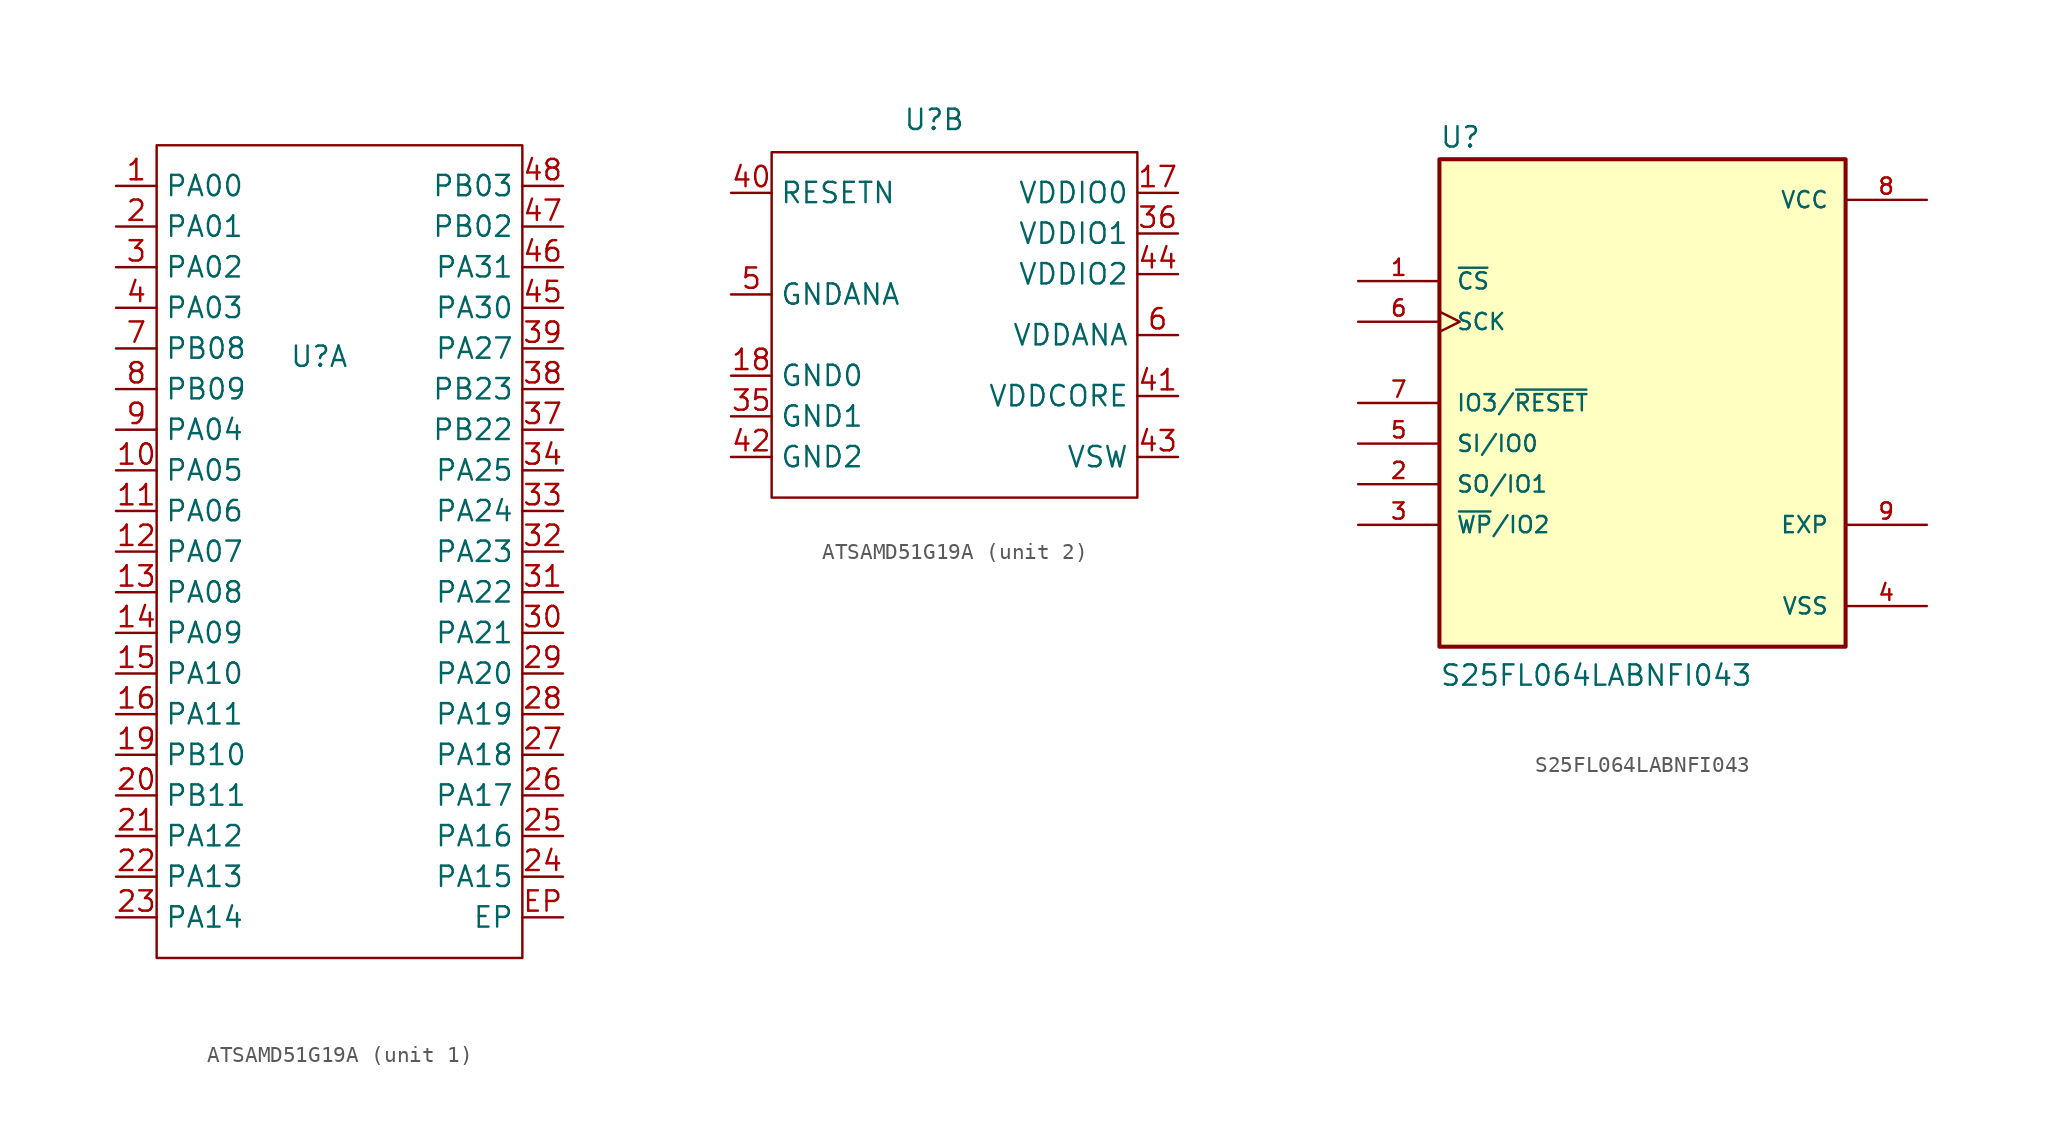
<source format=kicad_sym>
(kicad_symbol_lib
  (version 20231120)
  (generator "kicad_symbol_editor")
  (generator_version "8.0")
  (symbol "ATSAMD51G19A"
    (property "Reference" "U"
      (at -1.27 12.192 0)
      (effects (font (size 1.27 1.27))))
    (property "Value" ""
      (at 0 -3.81 0)
      (effects (font (size 1.27 1.27))))
    (property "ki_locked" ""
      (at 0 0 0)
      (effects (font (size 1.27 1.27))))
    (symbol "ATSAMD51G19A_1_1"
      (rectangle (start -11.43 25.4) (end 11.43 -25.4) (stroke (width 0) (type default)) (fill (type none)))
      (pin bidirectional line (at -13.97 22.86 0) (length 2.54) (name "PA00" (effects (font (size 1.27 1.27)))) (number "1" (effects (font (size 1.27 1.27)))))
      (pin bidirectional line (at -13.97 5.08 0) (length 2.54) (name "PA05" (effects (font (size 1.27 1.27)))) (number "10" (effects (font (size 1.27 1.27)))))
      (pin bidirectional line (at -13.97 2.54 0) (length 2.54) (name "PA06" (effects (font (size 1.27 1.27)))) (number "11" (effects (font (size 1.27 1.27)))))
      (pin bidirectional line (at -13.97 0 0) (length 2.54) (name "PA07" (effects (font (size 1.27 1.27)))) (number "12" (effects (font (size 1.27 1.27)))))
      (pin bidirectional line (at -13.97 -2.54 0) (length 2.54) (name "PA08" (effects (font (size 1.27 1.27)))) (number "13" (effects (font (size 1.27 1.27)))))
      (pin bidirectional line (at -13.97 -5.08 0) (length 2.54) (name "PA09" (effects (font (size 1.27 1.27)))) (number "14" (effects (font (size 1.27 1.27)))))
      (pin bidirectional line (at -13.97 -7.62 0) (length 2.54) (name "PA10" (effects (font (size 1.27 1.27)))) (number "15" (effects (font (size 1.27 1.27)))))
      (pin bidirectional line (at -13.97 -10.16 0) (length 2.54) (name "PA11" (effects (font (size 1.27 1.27)))) (number "16" (effects (font (size 1.27 1.27)))))
      (pin bidirectional line (at -13.97 -12.7 0) (length 2.54) (name "PB10" (effects (font (size 1.27 1.27)))) (number "19" (effects (font (size 1.27 1.27)))))
      (pin bidirectional line (at -13.97 20.32 0) (length 2.54) (name "PA01" (effects (font (size 1.27 1.27)))) (number "2" (effects (font (size 1.27 1.27)))))
      (pin bidirectional line (at -13.97 -15.24 0) (length 2.54) (name "PB11" (effects (font (size 1.27 1.27)))) (number "20" (effects (font (size 1.27 1.27)))))
      (pin bidirectional line (at -13.97 -17.78 0) (length 2.54) (name "PA12" (effects (font (size 1.27 1.27)))) (number "21" (effects (font (size 1.27 1.27)))))
      (pin bidirectional line (at -13.97 -20.32 0) (length 2.54) (name "PA13" (effects (font (size 1.27 1.27)))) (number "22" (effects (font (size 1.27 1.27)))))
      (pin bidirectional line (at -13.97 -22.86 0) (length 2.54) (name "PA14" (effects (font (size 1.27 1.27)))) (number "23" (effects (font (size 1.27 1.27)))))
      (pin bidirectional line (at 13.97 -20.32 180) (length 2.54) (name "PA15" (effects (font (size 1.27 1.27)))) (number "24" (effects (font (size 1.27 1.27)))))
      (pin bidirectional line (at 13.97 -17.78 180) (length 2.54) (name "PA16" (effects (font (size 1.27 1.27)))) (number "25" (effects (font (size 1.27 1.27)))))
      (pin bidirectional line (at 13.97 -15.24 180) (length 2.54) (name "PA17" (effects (font (size 1.27 1.27)))) (number "26" (effects (font (size 1.27 1.27)))))
      (pin bidirectional line (at 13.97 -12.7 180) (length 2.54) (name "PA18" (effects (font (size 1.27 1.27)))) (number "27" (effects (font (size 1.27 1.27)))))
      (pin bidirectional line (at 13.97 -10.16 180) (length 2.54) (name "PA19" (effects (font (size 1.27 1.27)))) (number "28" (effects (font (size 1.27 1.27)))))
      (pin bidirectional line (at 13.97 -7.62 180) (length 2.54) (name "PA20" (effects (font (size 1.27 1.27)))) (number "29" (effects (font (size 1.27 1.27)))))
      (pin bidirectional line (at -13.97 17.78 0) (length 2.54) (name "PA02" (effects (font (size 1.27 1.27)))) (number "3" (effects (font (size 1.27 1.27)))))
      (pin bidirectional line (at 13.97 -5.08 180) (length 2.54) (name "PA21" (effects (font (size 1.27 1.27)))) (number "30" (effects (font (size 1.27 1.27)))))
      (pin bidirectional line (at 13.97 -2.54 180) (length 2.54) (name "PA22" (effects (font (size 1.27 1.27)))) (number "31" (effects (font (size 1.27 1.27)))))
      (pin bidirectional line (at 13.97 0 180) (length 2.54) (name "PA23" (effects (font (size 1.27 1.27)))) (number "32" (effects (font (size 1.27 1.27)))))
      (pin bidirectional line (at 13.97 2.54 180) (length 2.54) (name "PA24" (effects (font (size 1.27 1.27)))) (number "33" (effects (font (size 1.27 1.27)))))
      (pin bidirectional line (at 13.97 5.08 180) (length 2.54) (name "PA25" (effects (font (size 1.27 1.27)))) (number "34" (effects (font (size 1.27 1.27)))))
      (pin bidirectional line (at 13.97 7.62 180) (length 2.54) (name "PB22" (effects (font (size 1.27 1.27)))) (number "37" (effects (font (size 1.27 1.27)))))
      (pin bidirectional line (at 13.97 10.16 180) (length 2.54) (name "PB23" (effects (font (size 1.27 1.27)))) (number "38" (effects (font (size 1.27 1.27)))))
      (pin bidirectional line (at 13.97 12.7 180) (length 2.54) (name "PA27" (effects (font (size 1.27 1.27)))) (number "39" (effects (font (size 1.27 1.27)))))
      (pin bidirectional line (at -13.97 15.24 0) (length 2.54) (name "PA03" (effects (font (size 1.27 1.27)))) (number "4" (effects (font (size 1.27 1.27)))))
      (pin bidirectional line (at 13.97 15.24 180) (length 2.54) (name "PA30" (effects (font (size 1.27 1.27)))) (number "45" (effects (font (size 1.27 1.27)))))
      (pin bidirectional line (at 13.97 17.78 180) (length 2.54) (name "PA31" (effects (font (size 1.27 1.27)))) (number "46" (effects (font (size 1.27 1.27)))))
      (pin bidirectional line (at 13.97 20.32 180) (length 2.54) (name "PB02" (effects (font (size 1.27 1.27)))) (number "47" (effects (font (size 1.27 1.27)))))
      (pin bidirectional line (at 13.97 22.86 180) (length 2.54) (name "PB03" (effects (font (size 1.27 1.27)))) (number "48" (effects (font (size 1.27 1.27)))))
      (pin bidirectional line (at -13.97 12.7 0) (length 2.54) (name "PB08" (effects (font (size 1.27 1.27)))) (number "7" (effects (font (size 1.27 1.27)))))
      (pin bidirectional line (at -13.97 10.16 0) (length 2.54) (name "PB09" (effects (font (size 1.27 1.27)))) (number "8" (effects (font (size 1.27 1.27)))))
      (pin bidirectional line (at -13.97 7.62 0) (length 2.54) (name "PA04" (effects (font (size 1.27 1.27)))) (number "9" (effects (font (size 1.27 1.27)))))
      (pin power_out line (at 13.97 -22.86 180) (length 2.54) (name "EP" (effects (font (size 1.27 1.27)))) (number "EP" (effects (font (size 1.27 1.27))))))
    (symbol "ATSAMD51G19A_2_1"
      (rectangle (start -11.43 10.16) (end 11.43 -11.43) (stroke (width 0) (type default)) (fill (type none)))
      (pin power_in line (at 13.97 7.62 180) (length 2.54) (name "VDDIO0" (effects (font (size 1.27 1.27)))) (number "17" (effects (font (size 1.27 1.27)))))
      (pin input line (at -13.97 -3.81 0) (length 2.54) (name "GND0" (effects (font (size 1.27 1.27)))) (number "18" (effects (font (size 1.27 1.27)))))
      (pin input line (at -13.97 -6.35 0) (length 2.54) (name "GND1" (effects (font (size 1.27 1.27)))) (number "35" (effects (font (size 1.27 1.27)))))
      (pin power_in line (at 13.97 5.08 180) (length 2.54) (name "VDDIO1" (effects (font (size 1.27 1.27)))) (number "36" (effects (font (size 1.27 1.27)))))
      (pin input line (at -13.97 7.62 0) (length 2.54) (name "RESETN" (effects (font (size 1.27 1.27)))) (number "40" (effects (font (size 1.27 1.27)))))
      (pin power_in line (at 13.97 -5.08 180) (length 2.54) (name "VDDCORE" (effects (font (size 1.27 1.27)))) (number "41" (effects (font (size 1.27 1.27)))))
      (pin input line (at -13.97 -8.89 0) (length 2.54) (name "GND2" (effects (font (size 1.27 1.27)))) (number "42" (effects (font (size 1.27 1.27)))))
      (pin input line (at 13.97 -8.89 180) (length 2.54) (name "VSW" (effects (font (size 1.27 1.27)))) (number "43" (effects (font (size 1.27 1.27)))))
      (pin power_in line (at 13.97 2.54 180) (length 2.54) (name "VDDIO2" (effects (font (size 1.27 1.27)))) (number "44" (effects (font (size 1.27 1.27)))))
      (pin input line (at -13.97 1.27 0) (length 2.54) (name "GNDANA" (effects (font (size 1.27 1.27)))) (number "5" (effects (font (size 1.27 1.27)))))
      (pin power_in line (at 13.97 -1.27 180) (length 2.54) (name "VDDANA" (effects (font (size 1.27 1.27)))) (number "6" (effects (font (size 1.27 1.27)))))))
  (symbol "S25FL064LABNFI043"
    (pin_names
      (offset 1.016))
    (property "Reference" "U"
      (at -12.7 15.875 0)
      (effects (font (size 1.27 1.27)) (justify left bottom)))
    (property "Value" "S25FL064LABNFI043"
      (at -12.7 -17.78 0)
      (effects (font (size 1.27 1.27)) (justify left bottom)))
    (symbol "S25FL064LABNFI043_0_0"
      (rectangle (start -12.7 -15.24) (end 12.7 15.24) (stroke (width 0.254) (type default)) (fill (type background)))
      (pin input line (at -17.78 7.62 0) (length 5.08) (name "~{CS}" (effects (font (size 1.016 1.016)))) (number "1" (effects (font (size 1.016 1.016)))))
      (pin bidirectional line (at -17.78 -5.08 0) (length 5.08) (name "SO/IO1" (effects (font (size 1.016 1.016)))) (number "2" (effects (font (size 1.016 1.016)))))
      (pin bidirectional line (at -17.78 -7.62 0) (length 5.08) (name "~{WP}/IO2" (effects (font (size 1.016 1.016)))) (number "3" (effects (font (size 1.016 1.016)))))
      (pin power_in line (at 17.78 -12.7 180) (length 5.08) (name "VSS" (effects (font (size 1.016 1.016)))) (number "4" (effects (font (size 1.016 1.016)))))
      (pin bidirectional line (at -17.78 -2.54 0) (length 5.08) (name "SI/IO0" (effects (font (size 1.016 1.016)))) (number "5" (effects (font (size 1.016 1.016)))))
      (pin input clock (at -17.78 5.08 0) (length 5.08) (name "SCK" (effects (font (size 1.016 1.016)))) (number "6" (effects (font (size 1.016 1.016)))))
      (pin bidirectional line (at -17.78 0 0) (length 5.08) (name "IO3/~{RESET}" (effects (font (size 1.016 1.016)))) (number "7" (effects (font (size 1.016 1.016)))))
      (pin power_in line (at 17.78 12.7 180) (length 5.08) (name "VCC" (effects (font (size 1.016 1.016)))) (number "8" (effects (font (size 1.016 1.016)))))
      (pin passive line (at 17.78 -7.62 180) (length 5.08) (name "EXP" (effects (font (size 1.016 1.016)))) (number "9" (effects (font (size 1.016 1.016))))))))
</source>
